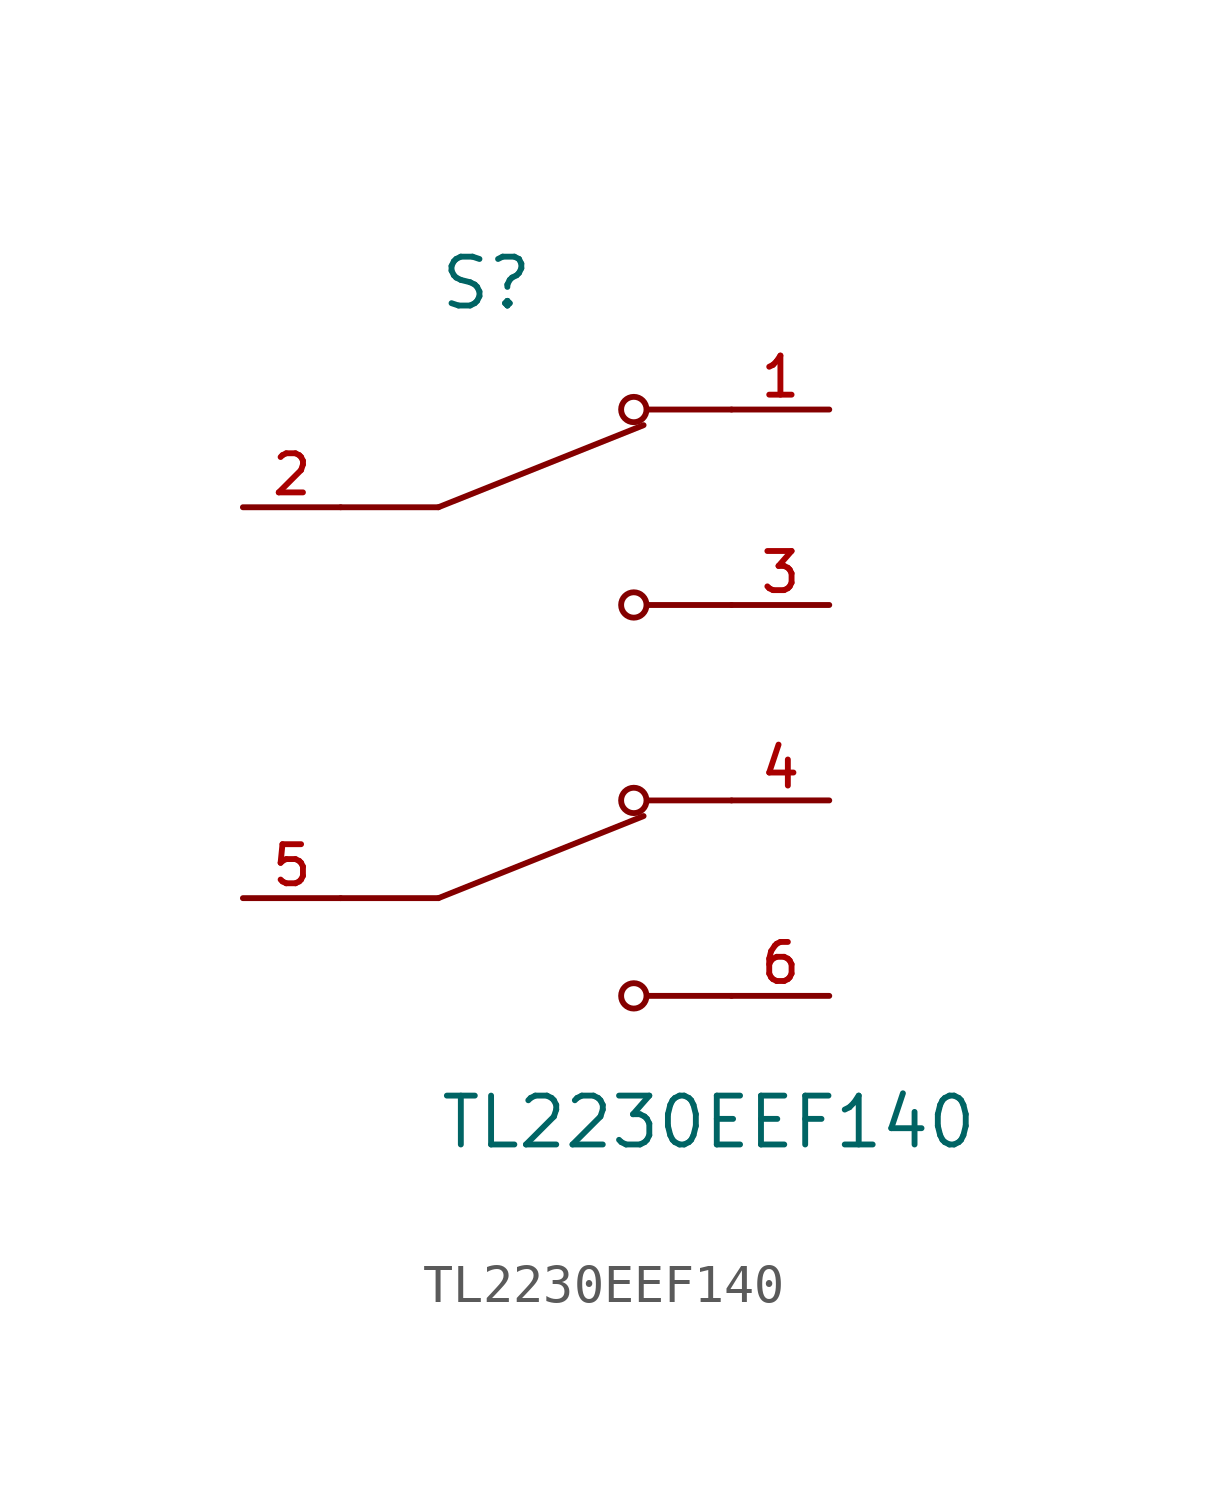
<source format=kicad_sym>
(kicad_symbol_lib
  (version 20211014)
  (generator kicad_symbol_editor)
  (symbol "TL2230EEF140"
    (pin_names
      (offset 1.016))
    (property "Reference" "S"
      (at -2.54 10.16 0)
      (effects (font (size 1.27 1.27)) (justify bottom left)))
    (property "Value" "TL2230EEF140"
      (at -2.54 -10.16 0)
      (effects (font (size 1.27 1.27)) (justify top left)))
    (symbol "TL2230EEF140_0_0"
      (polyline (pts (xy -2.54 5.08) (xy 2.794 7.214)) (stroke (width 0.152)))
      (circle (center 2.54 7.62) (radius 0.33) (stroke (width 0.152)) (fill (type none)))
      (circle (center 2.54 2.54) (radius 0.33) (stroke (width 0.152)) (fill (type none)))
      (polyline (pts (xy 5.08 2.54) (xy 2.921 2.54)) (stroke (width 0.152)))
      (polyline (pts (xy 5.08 7.62) (xy 2.921 7.62)) (stroke (width 0.152)))
      (polyline (pts (xy -2.54 5.08) (xy -5.08 5.08)) (stroke (width 0.152)))
      (polyline (pts (xy -2.54 -5.08) (xy 2.794 -2.946)) (stroke (width 0.152)))
      (circle (center 2.54 -2.54) (radius 0.33) (stroke (width 0.152)) (fill (type none)))
      (circle (center 2.54 -7.62) (radius 0.33) (stroke (width 0.152)) (fill (type none)))
      (polyline (pts (xy 5.08 -7.62) (xy 2.921 -7.62)) (stroke (width 0.152)))
      (polyline (pts (xy 5.08 -2.54) (xy 2.921 -2.54)) (stroke (width 0.152)))
      (polyline (pts (xy -2.54 -5.08) (xy -5.08 -5.08)) (stroke (width 0.152)))
      (pin passive line (at 7.62 7.62 180.0) (length 2.54) (name "~" (effects (font (size 1.016 1.016)))) (number "1" (effects (font (size 1.016 1.016)))))
      (pin passive line (at -7.62 5.08 0) (length 2.54) (name "~" (effects (font (size 1.016 1.016)))) (number "2" (effects (font (size 1.016 1.016)))))
      (pin passive line (at 7.62 2.54 180.0) (length 2.54) (name "~" (effects (font (size 1.016 1.016)))) (number "3" (effects (font (size 1.016 1.016)))))
      (pin passive line (at 7.62 -2.54 180.0) (length 2.54) (name "~" (effects (font (size 1.016 1.016)))) (number "4" (effects (font (size 1.016 1.016)))))
      (pin passive line (at -7.62 -5.08 0) (length 2.54) (name "~" (effects (font (size 1.016 1.016)))) (number "5" (effects (font (size 1.016 1.016)))))
      (pin passive line (at 7.62 -7.62 180.0) (length 2.54) (name "~" (effects (font (size 1.016 1.016)))) (number "6" (effects (font (size 1.016 1.016))))))))
</source>
